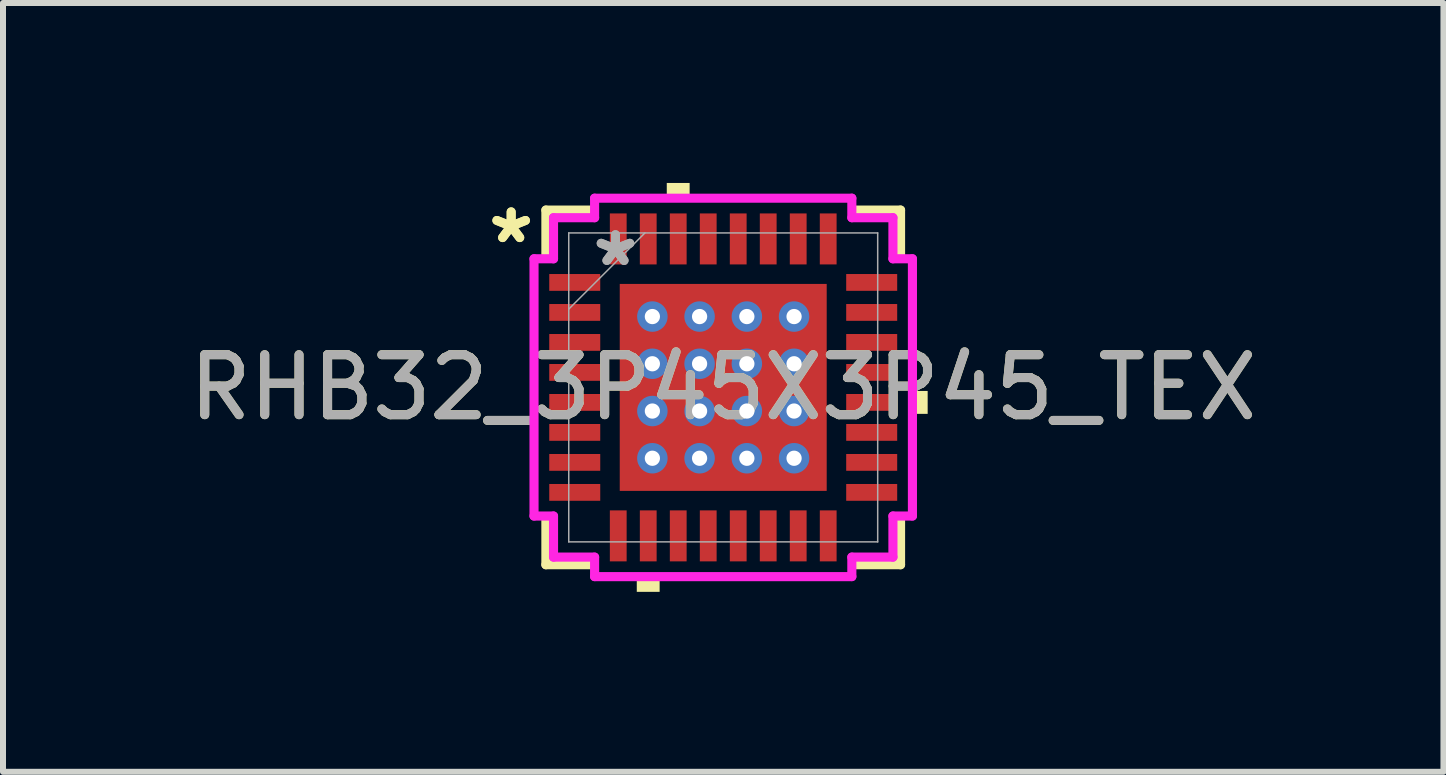
<source format=kicad_pcb>
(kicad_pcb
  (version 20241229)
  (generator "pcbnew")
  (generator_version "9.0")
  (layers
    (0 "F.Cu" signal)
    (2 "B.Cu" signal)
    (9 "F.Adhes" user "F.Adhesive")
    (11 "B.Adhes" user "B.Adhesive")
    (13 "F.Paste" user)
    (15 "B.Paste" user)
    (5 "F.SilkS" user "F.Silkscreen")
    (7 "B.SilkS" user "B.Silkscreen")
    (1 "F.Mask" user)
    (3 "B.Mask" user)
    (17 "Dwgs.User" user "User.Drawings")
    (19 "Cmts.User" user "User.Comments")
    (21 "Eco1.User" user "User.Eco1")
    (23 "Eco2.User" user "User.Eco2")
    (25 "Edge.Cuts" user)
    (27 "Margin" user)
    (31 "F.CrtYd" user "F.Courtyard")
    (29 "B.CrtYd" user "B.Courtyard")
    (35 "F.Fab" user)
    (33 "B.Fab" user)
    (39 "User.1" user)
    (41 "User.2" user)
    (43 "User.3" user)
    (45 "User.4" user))
  (footprint "RHB32_3P45X3P45_TEX"
    (layer "F.Cu")
    (at 9.006 3.408)
    (property "Reference" "RHB32_3P45X3P45_TEX" (at 0 0 0) (unlocked yes) (layer "F.SilkS") (effects (font (size 1 1) (thickness 0.15))))
    (attr smd)
    (fp_poly (pts (xy -1.788 -1.788) (xy -1.381 -1.788) (xy -1.381 1.788) (xy -1.788 1.788)) (stroke (width 0) (type solid)) (fill yes) (layer "F.Mask"))
    (fp_poly (pts (xy -1.788 -1.788) (xy 1.788 -1.788) (xy 1.788 -1.381) (xy -1.788 -1.381)) (stroke (width 0) (type solid)) (fill yes) (layer "F.Mask"))
    (fp_poly (pts (xy -1.788 -0.981) (xy 1.788 -0.981) (xy 1.788 -0.594) (xy -1.788 -0.594)) (stroke (width 0) (type solid)) (fill yes) (layer "F.Mask"))
    (fp_poly (pts (xy -1.788 -0.194) (xy 1.788 -0.194) (xy 1.788 0.194) (xy -1.788 0.194)) (stroke (width 0) (type solid)) (fill yes) (layer "F.Mask"))
    (fp_poly (pts (xy -1.788 0.594) (xy 1.788 0.594) (xy 1.788 0.981) (xy -1.788 0.981)) (stroke (width 0) (type solid)) (fill yes) (layer "F.Mask"))
    (fp_poly (pts (xy -1.788 1.381) (xy 1.788 1.381) (xy 1.788 1.788) (xy -1.788 1.788)) (stroke (width 0) (type solid)) (fill yes) (layer "F.Mask"))
    (fp_poly (pts (xy -0.594 -1.788) (xy -0.981 -1.788) (xy -0.981 1.788) (xy -0.594 1.788)) (stroke (width 0) (type solid)) (fill yes) (layer "F.Mask"))
    (fp_poly (pts (xy 0.194 -1.788) (xy -0.194 -1.788) (xy -0.194 1.788) (xy 0.194 1.788)) (stroke (width 0) (type solid)) (fill yes) (layer "F.Mask"))
    (fp_poly (pts (xy 0.981 -1.788) (xy 0.594 -1.788) (xy 0.594 1.788) (xy 0.981 1.788)) (stroke (width 0) (type solid)) (fill yes) (layer "F.Mask"))
    (fp_poly (pts (xy 1.381 -1.788) (xy 1.788 -1.788) (xy 1.788 1.788) (xy 1.381 1.788)) (stroke (width 0) (type solid)) (fill yes) (layer "F.Mask"))
    (fp_line (start -2.956 -2.956) (end -2.956 -2.218) (stroke (width 0.152) (type solid)) (layer "F.SilkS"))
    (fp_line (start -2.956 2.218) (end -2.956 2.956) (stroke (width 0.152) (type solid)) (layer "F.SilkS"))
    (fp_line (start -2.956 2.956) (end -2.218 2.956) (stroke (width 0.152) (type solid)) (layer "F.SilkS"))
    (fp_line (start -2.218 -2.956) (end -2.956 -2.956) (stroke (width 0.152) (type solid)) (layer "F.SilkS"))
    (fp_line (start 2.218 2.956) (end 2.956 2.956) (stroke (width 0.152) (type solid)) (layer "F.SilkS"))
    (fp_line (start 2.956 -2.956) (end 2.218 -2.956) (stroke (width 0.152) (type solid)) (layer "F.SilkS"))
    (fp_line (start 2.956 -2.218) (end 2.956 -2.956) (stroke (width 0.152) (type solid)) (layer "F.SilkS"))
    (fp_line (start 2.956 2.956) (end 2.956 2.218) (stroke (width 0.152) (type solid)) (layer "F.SilkS"))
    (fp_poly (pts (xy -1.441 3.154) (xy -1.441 3.408) (xy -1.06 3.408) (xy -1.06 3.154)) (stroke (width 0) (type solid)) (fill yes) (layer "F.SilkS"))
    (fp_poly (pts (xy -0.941 -3.154) (xy -0.941 -3.408) (xy -0.56 -3.408) (xy -0.56 -3.154)) (stroke (width 0) (type solid)) (fill yes) (layer "F.SilkS"))
    (fp_poly (pts (xy 3.408 0.059) (xy 3.408 0.441) (xy 3.154 0.441) (xy 3.154 0.059)) (stroke (width 0) (type solid)) (fill yes) (layer "F.SilkS"))
    (fp_poly (pts (xy -1.65 -1.65) (xy -1.65 -1.281) (xy -1.423 -1.281) (xy -1.281 -1.423) (xy -1.281 -1.65)) (stroke (width 0) (type solid)) (fill yes) (layer "F.Paste"))
    (fp_poly (pts (xy -1.65 1.281) (xy -1.65 1.65) (xy -1.281 1.65) (xy -1.281 1.423) (xy -1.423 1.281)) (stroke (width 0) (type solid)) (fill yes) (layer "F.Paste"))
    (fp_poly (pts (xy 1.281 -1.65) (xy 1.281 -1.423) (xy 1.423 -1.281) (xy 1.65 -1.281) (xy 1.65 -1.65)) (stroke (width 0) (type solid)) (fill yes) (layer "F.Paste"))
    (fp_poly (pts (xy 1.423 1.281) (xy 1.281 1.423) (xy 1.281 1.65) (xy 1.65 1.65) (xy 1.65 1.281)) (stroke (width 0) (type solid)) (fill yes) (layer "F.Paste"))
    (fp_poly (pts (xy -1.65 -1.081) (xy -1.65 -0.494) (xy -1.423 -0.494) (xy -1.281 -0.635) (xy -1.281 -0.94) (xy -1.423 -1.081)) (stroke (width 0) (type solid)) (fill yes) (layer "F.Paste"))
    (fp_poly (pts (xy -1.65 -0.294) (xy -1.65 0.294) (xy -1.423 0.294) (xy -1.281 0.152) (xy -1.281 -0.152) (xy -1.423 -0.294)) (stroke (width 0) (type solid)) (fill yes) (layer "F.Paste"))
    (fp_poly (pts (xy -1.65 0.494) (xy -1.65 1.081) (xy -1.423 1.081) (xy -1.281 0.94) (xy -1.281 0.635) (xy -1.423 0.494)) (stroke (width 0) (type solid)) (fill yes) (layer "F.Paste"))
    (fp_poly (pts (xy -1.081 -1.65) (xy -1.081 -1.423) (xy -0.94 -1.281) (xy -0.635 -1.281) (xy -0.494 -1.423) (xy -0.494 -1.65)) (stroke (width 0) (type solid)) (fill yes) (layer "F.Paste"))
    (fp_poly (pts (xy -0.94 1.281) (xy -1.081 1.423) (xy -1.081 1.65) (xy -0.494 1.65) (xy -0.494 1.423) (xy -0.635 1.281)) (stroke (width 0) (type solid)) (fill yes) (layer "F.Paste"))
    (fp_poly (pts (xy -0.294 -1.65) (xy -0.294 -1.423) (xy -0.152 -1.281) (xy 0.152 -1.281) (xy 0.294 -1.423) (xy 0.294 -1.65)) (stroke (width 0) (type solid)) (fill yes) (layer "F.Paste"))
    (fp_poly (pts (xy -0.152 1.281) (xy -0.294 1.423) (xy -0.294 1.65) (xy 0.294 1.65) (xy 0.294 1.423) (xy 0.152 1.281)) (stroke (width 0) (type solid)) (fill yes) (layer "F.Paste"))
    (fp_poly (pts (xy 0.494 -1.65) (xy 0.494 -1.423) (xy 0.635 -1.281) (xy 0.94 -1.281) (xy 1.081 -1.423) (xy 1.081 -1.65)) (stroke (width 0) (type solid)) (fill yes) (layer "F.Paste"))
    (fp_poly (pts (xy 0.635 1.281) (xy 0.494 1.423) (xy 0.494 1.65) (xy 1.081 1.65) (xy 1.081 1.423) (xy 0.94 1.281)) (stroke (width 0) (type solid)) (fill yes) (layer "F.Paste"))
    (fp_poly (pts (xy 1.423 -1.081) (xy 1.281 -0.94) (xy 1.281 -0.635) (xy 1.423 -0.494) (xy 1.65 -0.494) (xy 1.65 -1.081)) (stroke (width 0) (type solid)) (fill yes) (layer "F.Paste"))
    (fp_poly (pts (xy 1.423 -0.294) (xy 1.281 -0.152) (xy 1.281 0.152) (xy 1.423 0.294) (xy 1.65 0.294) (xy 1.65 -0.294)) (stroke (width 0) (type solid)) (fill yes) (layer "F.Paste"))
    (fp_poly (pts (xy 1.423 0.494) (xy 1.281 0.635) (xy 1.281 0.94) (xy 1.423 1.081) (xy 1.65 1.081) (xy 1.65 0.494)) (stroke (width 0) (type solid)) (fill yes) (layer "F.Paste"))
    (fp_poly (pts (xy -0.94 -1.081) (xy -1.081 -0.94) (xy -1.081 -0.635) (xy -0.94 -0.494) (xy -0.635 -0.494) (xy -0.494 -0.635) (xy -0.494 -0.94) (xy -0.635 -1.081)) (stroke (width 0) (type solid)) (fill yes) (layer "F.Paste"))
    (fp_poly (pts (xy -0.94 -0.294) (xy -1.081 -0.152) (xy -1.081 0.152) (xy -0.94 0.294) (xy -0.635 0.294) (xy -0.494 0.152) (xy -0.494 -0.152) (xy -0.635 -0.294)) (stroke (width 0) (type solid)) (fill yes) (layer "F.Paste"))
    (fp_poly (pts (xy -0.94 0.494) (xy -1.081 0.635) (xy -1.081 0.94) (xy -0.94 1.081) (xy -0.635 1.081) (xy -0.494 0.94) (xy -0.494 0.635) (xy -0.635 0.494)) (stroke (width 0) (type solid)) (fill yes) (layer "F.Paste"))
    (fp_poly (pts (xy -0.152 -1.081) (xy -0.294 -0.94) (xy -0.294 -0.635) (xy -0.152 -0.494) (xy 0.152 -0.494) (xy 0.294 -0.635) (xy 0.294 -0.94) (xy 0.152 -1.081)) (stroke (width 0) (type solid)) (fill yes) (layer "F.Paste"))
    (fp_poly (pts (xy -0.152 -0.294) (xy -0.294 -0.152) (xy -0.294 0.152) (xy -0.152 0.294) (xy 0.152 0.294) (xy 0.294 0.152) (xy 0.294 -0.152) (xy 0.152 -0.294)) (stroke (width 0) (type solid)) (fill yes) (layer "F.Paste"))
    (fp_poly (pts (xy -0.152 0.494) (xy -0.294 0.635) (xy -0.294 0.94) (xy -0.152 1.081) (xy 0.152 1.081) (xy 0.294 0.94) (xy 0.294 0.635) (xy 0.152 0.494)) (stroke (width 0) (type solid)) (fill yes) (layer "F.Paste"))
    (fp_poly (pts (xy 0.635 -1.081) (xy 0.494 -0.94) (xy 0.494 -0.635) (xy 0.635 -0.494) (xy 0.94 -0.494) (xy 1.081 -0.635) (xy 1.081 -0.94) (xy 0.94 -1.081)) (stroke (width 0) (type solid)) (fill yes) (layer "F.Paste"))
    (fp_poly (pts (xy 0.635 -0.294) (xy 0.494 -0.152) (xy 0.494 0.152) (xy 0.635 0.294) (xy 0.94 0.294) (xy 1.081 0.152) (xy 1.081 -0.152) (xy 0.94 -0.294)) (stroke (width 0) (type solid)) (fill yes) (layer "F.Paste"))
    (fp_poly (pts (xy 0.635 0.494) (xy 0.494 0.635) (xy 0.494 0.94) (xy 0.635 1.081) (xy 0.94 1.081) (xy 1.081 0.94) (xy 1.081 0.635) (xy 0.94 0.494)) (stroke (width 0) (type solid)) (fill yes) (layer "F.Paste"))
    (fp_line (start -3.154 -2.144) (end -2.829 -2.144) (stroke (width 0.152) (type solid)) (layer "F.CrtYd"))
    (fp_line (start -3.154 2.144) (end -3.154 -2.144) (stroke (width 0.152) (type solid)) (layer "F.CrtYd"))
    (fp_line (start -2.829 -2.829) (end -2.144 -2.829) (stroke (width 0.152) (type solid)) (layer "F.CrtYd"))
    (fp_line (start -2.829 -2.144) (end -2.829 -2.829) (stroke (width 0.152) (type solid)) (layer "F.CrtYd"))
    (fp_line (start -2.829 2.144) (end -3.154 2.144) (stroke (width 0.152) (type solid)) (layer "F.CrtYd"))
    (fp_line (start -2.829 2.829) (end -2.829 2.144) (stroke (width 0.152) (type solid)) (layer "F.CrtYd"))
    (fp_line (start -2.144 -3.154) (end 2.144 -3.154) (stroke (width 0.152) (type solid)) (layer "F.CrtYd"))
    (fp_line (start -2.144 -2.829) (end -2.144 -3.154) (stroke (width 0.152) (type solid)) (layer "F.CrtYd"))
    (fp_line (start -2.144 2.829) (end -2.829 2.829) (stroke (width 0.152) (type solid)) (layer "F.CrtYd"))
    (fp_line (start -2.144 3.154) (end -2.144 2.829) (stroke (width 0.152) (type solid)) (layer "F.CrtYd"))
    (fp_line (start 2.144 -3.154) (end 2.144 -2.829) (stroke (width 0.152) (type solid)) (layer "F.CrtYd"))
    (fp_line (start 2.144 -2.829) (end 2.829 -2.829) (stroke (width 0.152) (type solid)) (layer "F.CrtYd"))
    (fp_line (start 2.144 2.829) (end 2.144 3.154) (stroke (width 0.152) (type solid)) (layer "F.CrtYd"))
    (fp_line (start 2.144 3.154) (end -2.144 3.154) (stroke (width 0.152) (type solid)) (layer "F.CrtYd"))
    (fp_line (start 2.829 -2.829) (end 2.829 -2.144) (stroke (width 0.152) (type solid)) (layer "F.CrtYd"))
    (fp_line (start 2.829 -2.144) (end 3.154 -2.144) (stroke (width 0.152) (type solid)) (layer "F.CrtYd"))
    (fp_line (start 2.829 2.144) (end 2.829 2.829) (stroke (width 0.152) (type solid)) (layer "F.CrtYd"))
    (fp_line (start 2.829 2.829) (end 2.144 2.829) (stroke (width 0.152) (type solid)) (layer "F.CrtYd"))
    (fp_line (start 3.154 -2.144) (end 3.154 2.144) (stroke (width 0.152) (type solid)) (layer "F.CrtYd"))
    (fp_line (start 3.154 2.144) (end 2.829 2.144) (stroke (width 0.152) (type solid)) (layer "F.CrtYd"))
    (fp_line (start -2.575 -2.575) (end -2.575 2.575) (stroke (width 0.025) (type solid)) (layer "F.Fab"))
    (fp_line (start -2.575 -1.305) (end -1.305 -2.575) (stroke (width 0.025) (type solid)) (layer "F.Fab"))
    (fp_line (start -2.575 2.575) (end 2.575 2.575) (stroke (width 0.025) (type solid)) (layer "F.Fab"))
    (fp_line (start 2.575 -2.575) (end -2.575 -2.575) (stroke (width 0.025) (type solid)) (layer "F.Fab"))
    (fp_line (start 2.575 2.575) (end 2.575 -2.575) (stroke (width 0.025) (type solid)) (layer "F.Fab"))
    (fp_text user "*" (at -3.535 -2.381 0) (unlocked yes) (layer "F.SilkS") (effects (font (size 1 1) (thickness 0.15))))
    (fp_text user "*" (at -3.535 -2.381 0) (layer "F.SilkS") (effects (font (size 1 1) (thickness 0.15))))
    (fp_text user "*" (at -1.796 -2 0) (unlocked yes) (layer "F.Fab") (effects (font (size 1 1) (thickness 0.15))))
    (fp_text user "${REFERENCE}" (at 0 0 0) (unlocked yes) (layer "F.Fab") (effects (font (size 1 1) (thickness 0.15))))
    (fp_text user "*" (at -1.796 -2 0) (layer "F.Fab") (effects (font (size 1 1) (thickness 0.15))))
    (pad "1" smd rect (at -2.475 -1.75 90) (size 0.28 0.85) (layers "F.Cu" "F.Mask" "F.Paste"))
    (pad "2" smd rect (at -2.475 -1.25 90) (size 0.28 0.85) (layers "F.Cu" "F.Mask" "F.Paste"))
    (pad "3" smd rect (at -2.475 -0.75 90) (size 0.28 0.85) (layers "F.Cu" "F.Mask" "F.Paste"))
    (pad "4" smd rect (at -2.475 -0.25 90) (size 0.28 0.85) (layers "F.Cu" "F.Mask" "F.Paste"))
    (pad "5" smd rect (at -2.475 0.25 90) (size 0.28 0.85) (layers "F.Cu" "F.Mask" "F.Paste"))
    (pad "6" smd rect (at -2.475 0.75 90) (size 0.28 0.85) (layers "F.Cu" "F.Mask" "F.Paste"))
    (pad "7" smd rect (at -2.475 1.25 90) (size 0.28 0.85) (layers "F.Cu" "F.Mask" "F.Paste"))
    (pad "8" smd rect (at -2.475 1.75 90) (size 0.28 0.85) (layers "F.Cu" "F.Mask" "F.Paste"))
    (pad "9" smd rect (at -1.75 2.475) (size 0.28 0.85) (layers "F.Cu" "F.Mask" "F.Paste"))
    (pad "10" smd rect (at -1.25 2.475) (size 0.28 0.85) (layers "F.Cu" "F.Mask" "F.Paste"))
    (pad "11" smd rect (at -0.75 2.475) (size 0.28 0.85) (layers "F.Cu" "F.Mask" "F.Paste"))
    (pad "12" smd rect (at -0.25 2.475) (size 0.28 0.85) (layers "F.Cu" "F.Mask" "F.Paste"))
    (pad "13" smd rect (at 0.25 2.475) (size 0.28 0.85) (layers "F.Cu" "F.Mask" "F.Paste"))
    (pad "14" smd rect (at 0.75 2.475) (size 0.28 0.85) (layers "F.Cu" "F.Mask" "F.Paste"))
    (pad "15" smd rect (at 1.25 2.475) (size 0.28 0.85) (layers "F.Cu" "F.Mask" "F.Paste"))
    (pad "16" smd rect (at 1.75 2.475) (size 0.28 0.85) (layers "F.Cu" "F.Mask" "F.Paste"))
    (pad "17" smd rect (at 2.475 1.75 90) (size 0.28 0.85) (layers "F.Cu" "F.Mask" "F.Paste"))
    (pad "18" smd rect (at 2.475 1.25 90) (size 0.28 0.85) (layers "F.Cu" "F.Mask" "F.Paste"))
    (pad "19" smd rect (at 2.475 0.75 90) (size 0.28 0.85) (layers "F.Cu" "F.Mask" "F.Paste"))
    (pad "20" smd rect (at 2.475 0.25 90) (size 0.28 0.85) (layers "F.Cu" "F.Mask" "F.Paste"))
    (pad "21" smd rect (at 2.475 -0.25 90) (size 0.28 0.85) (layers "F.Cu" "F.Mask" "F.Paste"))
    (pad "22" smd rect (at 2.475 -0.75 90) (size 0.28 0.85) (layers "F.Cu" "F.Mask" "F.Paste"))
    (pad "23" smd rect (at 2.475 -1.25 90) (size 0.28 0.85) (layers "F.Cu" "F.Mask" "F.Paste"))
    (pad "24" smd rect (at 2.475 -1.75 90) (size 0.28 0.85) (layers "F.Cu" "F.Mask" "F.Paste"))
    (pad "25" smd rect (at 1.75 -2.475) (size 0.28 0.85) (layers "F.Cu" "F.Mask" "F.Paste"))
    (pad "26" smd rect (at 1.25 -2.475) (size 0.28 0.85) (layers "F.Cu" "F.Mask" "F.Paste"))
    (pad "27" smd rect (at 0.75 -2.475) (size 0.28 0.85) (layers "F.Cu" "F.Mask" "F.Paste"))
    (pad "28" smd rect (at 0.25 -2.475) (size 0.28 0.85) (layers "F.Cu" "F.Mask" "F.Paste"))
    (pad "29" smd rect (at -0.25 -2.475) (size 0.28 0.85) (layers "F.Cu" "F.Mask" "F.Paste"))
    (pad "30" smd rect (at -0.75 -2.475) (size 0.28 0.85) (layers "F.Cu" "F.Mask" "F.Paste"))
    (pad "31" smd rect (at -1.25 -2.475) (size 0.28 0.85) (layers "F.Cu" "F.Mask" "F.Paste"))
    (pad "32" smd rect (at -1.75 -2.475) (size 0.28 0.85) (layers "F.Cu" "F.Mask" "F.Paste"))
    (pad "33" smd rect (at 0 0) (size 3.45 3.45) (layers "F.Cu"))
    (pad "V" thru_hole circle (at -1.181 -1.181) (size 0.508 0.508) (drill 0.254) (layers "*.Cu" "*.Mask"))
    (pad "V" thru_hole circle (at -1.181 -0.394) (size 0.508 0.508) (drill 0.254) (layers "*.Cu" "*.Mask"))
    (pad "V" thru_hole circle (at -1.181 0.394) (size 0.508 0.508) (drill 0.254) (layers "*.Cu" "*.Mask"))
    (pad "V" thru_hole circle (at -1.181 1.181) (size 0.508 0.508) (drill 0.254) (layers "*.Cu" "*.Mask"))
    (pad "V" thru_hole circle (at -0.394 -1.181) (size 0.508 0.508) (drill 0.254) (layers "*.Cu" "*.Mask"))
    (pad "V" thru_hole circle (at -0.394 -0.394) (size 0.508 0.508) (drill 0.254) (layers "*.Cu" "*.Mask"))
    (pad "V" thru_hole circle (at -0.394 0.394) (size 0.508 0.508) (drill 0.254) (layers "*.Cu" "*.Mask"))
    (pad "V" thru_hole circle (at -0.394 1.181) (size 0.508 0.508) (drill 0.254) (layers "*.Cu" "*.Mask"))
    (pad "V" thru_hole circle (at 0.394 -1.181) (size 0.508 0.508) (drill 0.254) (layers "*.Cu" "*.Mask"))
    (pad "V" thru_hole circle (at 0.394 -0.394) (size 0.508 0.508) (drill 0.254) (layers "*.Cu" "*.Mask"))
    (pad "V" thru_hole circle (at 0.394 0.394) (size 0.508 0.508) (drill 0.254) (layers "*.Cu" "*.Mask"))
    (pad "V" thru_hole circle (at 0.394 1.181) (size 0.508 0.508) (drill 0.254) (layers "*.Cu" "*.Mask"))
    (pad "V" thru_hole circle (at 1.181 -1.181) (size 0.508 0.508) (drill 0.254) (layers "*.Cu" "*.Mask"))
    (pad "V" thru_hole circle (at 1.181 -0.394) (size 0.508 0.508) (drill 0.254) (layers "*.Cu" "*.Mask"))
    (pad "V" thru_hole circle (at 1.181 0.394) (size 0.508 0.508) (drill 0.254) (layers "*.Cu" "*.Mask"))
    (pad "V" thru_hole circle (at 1.181 1.181) (size 0.508 0.508) (drill 0.254) (layers "*.Cu" "*.Mask")))
  (gr_rect
    (start -3 -3)
    (end 21.012 9.816)
    (stroke (width 0.1) (type default))
    (fill no)
    (layer "Edge.Cuts")))
</source>
